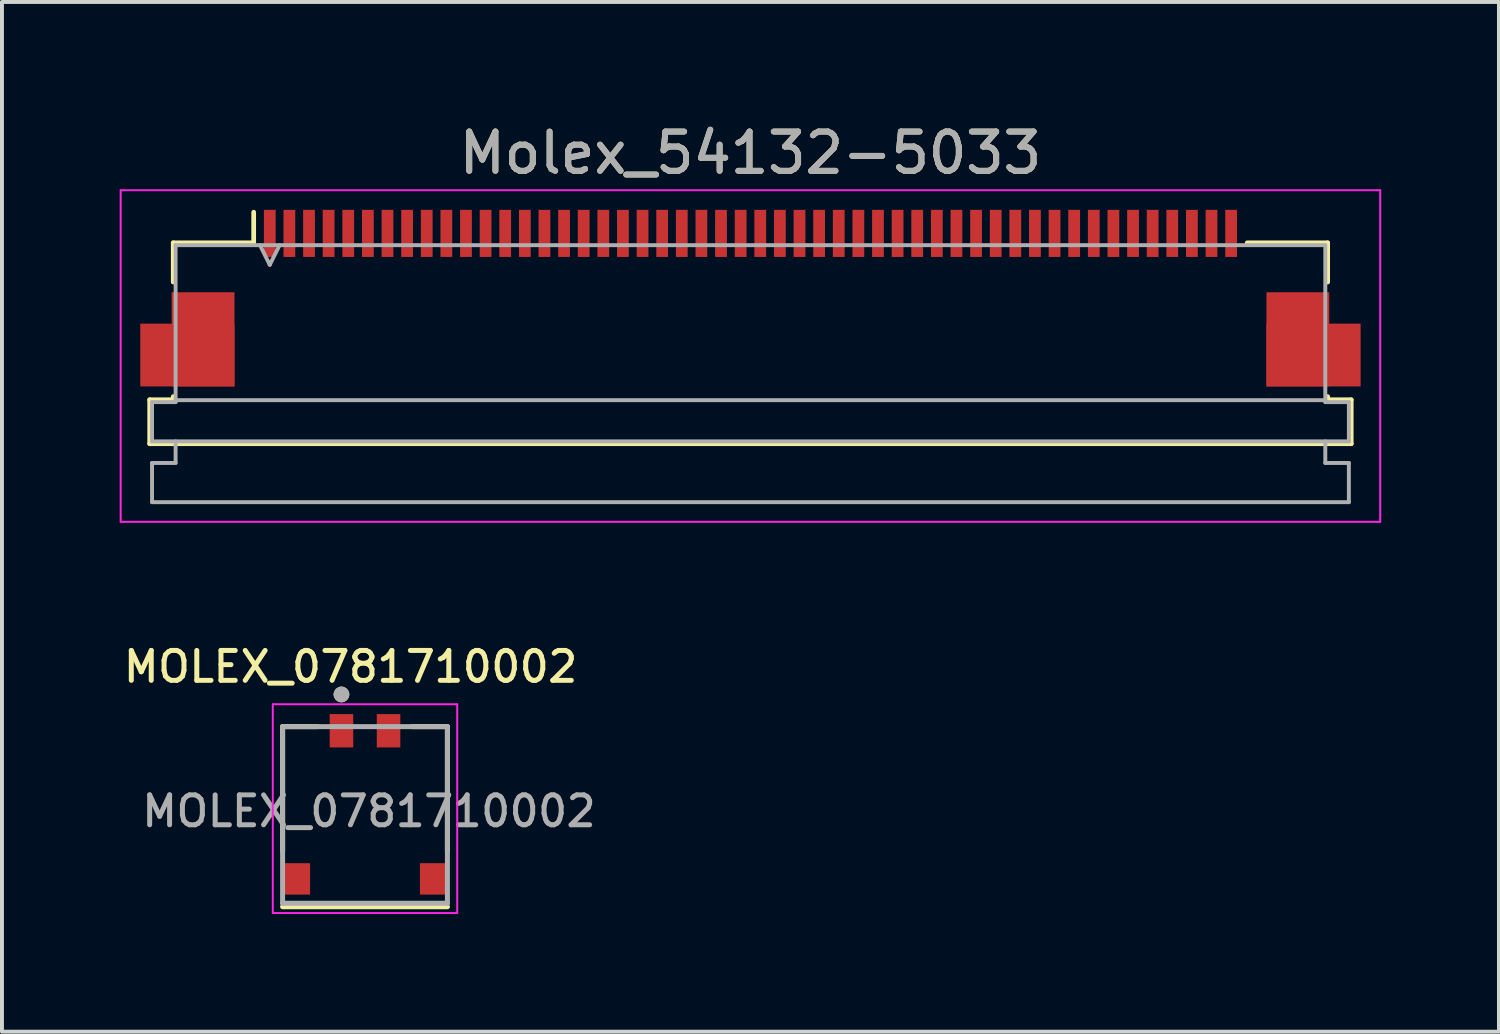
<source format=kicad_pcb>
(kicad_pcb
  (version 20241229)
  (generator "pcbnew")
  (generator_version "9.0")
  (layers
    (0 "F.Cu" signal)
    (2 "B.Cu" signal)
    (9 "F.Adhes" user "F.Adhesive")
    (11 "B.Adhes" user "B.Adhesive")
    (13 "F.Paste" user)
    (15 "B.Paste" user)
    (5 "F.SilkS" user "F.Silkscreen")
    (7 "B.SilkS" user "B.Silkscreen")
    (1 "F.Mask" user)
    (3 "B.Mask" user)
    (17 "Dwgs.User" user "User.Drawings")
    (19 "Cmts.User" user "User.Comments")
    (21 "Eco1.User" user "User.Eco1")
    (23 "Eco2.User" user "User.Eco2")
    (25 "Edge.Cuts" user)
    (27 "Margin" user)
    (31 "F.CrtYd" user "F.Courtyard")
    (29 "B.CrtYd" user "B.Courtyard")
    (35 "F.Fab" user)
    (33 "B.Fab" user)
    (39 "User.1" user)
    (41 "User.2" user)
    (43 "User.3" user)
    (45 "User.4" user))
  (footprint "Molex_54132-5033"
    (layer "F.Cu")
    (at 16.075 4.548)
    (property "Reference" "Molex_54132-5033" (at 0 -3.7 0) (layer "F.SilkS") (effects (font (size 1 1) (thickness 0.15))))
    (attr smd)
    (fp_line (start -15.31 2.59) (end -15.31 3.71) (stroke (width 0.12) (type solid)) (layer "F.SilkS"))
    (fp_line (start -15.31 2.59) (end -14.71 2.59) (stroke (width 0.12) (type solid)) (layer "F.SilkS"))
    (fp_line (start -14.71 -1.41) (end -14.71 -0.41) (stroke (width 0.12) (type solid)) (layer "F.SilkS"))
    (fp_line (start -14.71 2.59) (end -14.71 2.51) (stroke (width 0.12) (type solid)) (layer "F.SilkS"))
    (fp_line (start -12.66 -1.41) (end -14.71 -1.41) (stroke (width 0.12) (type solid)) (layer "F.SilkS"))
    (fp_line (start -12.66 -1.41) (end -12.66 -2.19) (stroke (width 0.12) (type solid)) (layer "F.SilkS"))
    (fp_line (start 14.71 -1.41) (end 12.66 -1.41) (stroke (width 0.12) (type solid)) (layer "F.SilkS"))
    (fp_line (start 14.71 -1.41) (end 14.71 -0.41) (stroke (width 0.12) (type solid)) (layer "F.SilkS"))
    (fp_line (start 14.71 2.59) (end 14.71 2.51) (stroke (width 0.12) (type solid)) (layer "F.SilkS"))
    (fp_line (start 14.71 2.59) (end 15.31 2.59) (stroke (width 0.12) (type solid)) (layer "F.SilkS"))
    (fp_line (start 15.31 2.59) (end 15.31 3.71) (stroke (width 0.12) (type solid)) (layer "F.SilkS"))
    (fp_line (start 15.31 3.71) (end -15.31 3.71) (stroke (width 0.12) (type solid)) (layer "F.SilkS"))
    (fp_line (start -16.05 -2.75) (end -16.05 5.7) (stroke (width 0.05) (type solid)) (layer "F.CrtYd"))
    (fp_line (start -16.05 -2.75) (end 16.05 -2.75) (stroke (width 0.05) (type solid)) (layer "F.CrtYd"))
    (fp_line (start 16.05 5.7) (end -16.05 5.7) (stroke (width 0.05) (type solid)) (layer "F.CrtYd"))
    (fp_line (start 16.05 5.7) (end 16.05 -2.75) (stroke (width 0.05) (type solid)) (layer "F.CrtYd"))
    (fp_line (start -15.25 2.65) (end -15.25 3.65) (stroke (width 0.1) (type solid)) (layer "F.Fab"))
    (fp_line (start -15.25 2.65) (end -14.65 2.65) (stroke (width 0.1) (type solid)) (layer "F.Fab"))
    (fp_line (start -15.25 3.65) (end 15.25 3.65) (stroke (width 0.1) (type solid)) (layer "F.Fab"))
    (fp_line (start -15.25 4.2) (end -15.25 5.2) (stroke (width 0.1) (type solid)) (layer "F.Fab"))
    (fp_line (start -15.25 4.2) (end -14.65 4.2) (stroke (width 0.1) (type solid)) (layer "F.Fab"))
    (fp_line (start -15.25 5.2) (end 15.25 5.2) (stroke (width 0.1) (type solid)) (layer "F.Fab"))
    (fp_line (start -14.65 -1.35) (end -14.65 2.6) (stroke (width 0.1) (type solid)) (layer "F.Fab"))
    (fp_line (start -14.65 -1.35) (end 14.65 -1.35) (stroke (width 0.1) (type solid)) (layer "F.Fab"))
    (fp_line (start -14.65 2.6) (end -14.65 2.65) (stroke (width 0.1) (type solid)) (layer "F.Fab"))
    (fp_line (start -14.65 2.6) (end 14.65 2.6) (stroke (width 0.1) (type solid)) (layer "F.Fab"))
    (fp_line (start -14.65 3.65) (end -14.65 4.2) (stroke (width 0.1) (type solid)) (layer "F.Fab"))
    (fp_line (start -12.5 -1.35) (end -12.25 -0.85) (stroke (width 0.1) (type solid)) (layer "F.Fab"))
    (fp_line (start -12.25 -0.85) (end -12 -1.35) (stroke (width 0.1) (type solid)) (layer "F.Fab"))
    (fp_line (start 14.65 -1.35) (end 14.65 2.6) (stroke (width 0.1) (type solid)) (layer "F.Fab"))
    (fp_line (start 14.65 2.6) (end 14.65 2.65) (stroke (width 0.1) (type solid)) (layer "F.Fab"))
    (fp_line (start 14.65 2.65) (end 15.25 2.65) (stroke (width 0.1) (type solid)) (layer "F.Fab"))
    (fp_line (start 14.65 3.65) (end 14.65 4.2) (stroke (width 0.1) (type solid)) (layer "F.Fab"))
    (fp_line (start 14.65 4.2) (end 15.25 4.2) (stroke (width 0.1) (type solid)) (layer "F.Fab"))
    (fp_line (start 15.25 2.65) (end 15.25 3.65) (stroke (width 0.1) (type solid)) (layer "F.Fab"))
    (fp_line (start 15.25 4.2) (end 15.25 5.2) (stroke (width 0.1) (type solid)) (layer "F.Fab"))
    (fp_text user "${REFERENCE}" (at 0 -3.7 0) (layer "F.Fab") (effects (font (size 1 1) (thickness 0.15))))
    (pad "1" smd rect (at -12.25 -1.65) (size 0.3 1.2) (layers "F.Cu" "F.Mask" "F.Paste"))
    (pad "2" smd rect (at -11.75 -1.65) (size 0.3 1.2) (layers "F.Cu" "F.Mask" "F.Paste"))
    (pad "3" smd rect (at -11.25 -1.65) (size 0.3 1.2) (layers "F.Cu" "F.Mask" "F.Paste"))
    (pad "4" smd rect (at -10.75 -1.65) (size 0.3 1.2) (layers "F.Cu" "F.Mask" "F.Paste"))
    (pad "5" smd rect (at -10.25 -1.65) (size 0.3 1.2) (layers "F.Cu" "F.Mask" "F.Paste"))
    (pad "6" smd rect (at -9.75 -1.65) (size 0.3 1.2) (layers "F.Cu" "F.Mask" "F.Paste"))
    (pad "7" smd rect (at -9.25 -1.65) (size 0.3 1.2) (layers "F.Cu" "F.Mask" "F.Paste"))
    (pad "8" smd rect (at -8.75 -1.65) (size 0.3 1.2) (layers "F.Cu" "F.Mask" "F.Paste"))
    (pad "9" smd rect (at -8.25 -1.65) (size 0.3 1.2) (layers "F.Cu" "F.Mask" "F.Paste"))
    (pad "10" smd rect (at -7.75 -1.65) (size 0.3 1.2) (layers "F.Cu" "F.Mask" "F.Paste"))
    (pad "11" smd rect (at -7.25 -1.65) (size 0.3 1.2) (layers "F.Cu" "F.Mask" "F.Paste"))
    (pad "12" smd rect (at -6.75 -1.65) (size 0.3 1.2) (layers "F.Cu" "F.Mask" "F.Paste"))
    (pad "13" smd rect (at -6.25 -1.65) (size 0.3 1.2) (layers "F.Cu" "F.Mask" "F.Paste"))
    (pad "14" smd rect (at -5.75 -1.65) (size 0.3 1.2) (layers "F.Cu" "F.Mask" "F.Paste"))
    (pad "15" smd rect (at -5.25 -1.65) (size 0.3 1.2) (layers "F.Cu" "F.Mask" "F.Paste"))
    (pad "16" smd rect (at -4.75 -1.65) (size 0.3 1.2) (layers "F.Cu" "F.Mask" "F.Paste"))
    (pad "17" smd rect (at -4.25 -1.65) (size 0.3 1.2) (layers "F.Cu" "F.Mask" "F.Paste"))
    (pad "18" smd rect (at -3.75 -1.65) (size 0.3 1.2) (layers "F.Cu" "F.Mask" "F.Paste"))
    (pad "19" smd rect (at -3.25 -1.65) (size 0.3 1.2) (layers "F.Cu" "F.Mask" "F.Paste"))
    (pad "20" smd rect (at -2.75 -1.65) (size 0.3 1.2) (layers "F.Cu" "F.Mask" "F.Paste"))
    (pad "21" smd rect (at -2.25 -1.65) (size 0.3 1.2) (layers "F.Cu" "F.Mask" "F.Paste"))
    (pad "22" smd rect (at -1.75 -1.65) (size 0.3 1.2) (layers "F.Cu" "F.Mask" "F.Paste"))
    (pad "23" smd rect (at -1.25 -1.65) (size 0.3 1.2) (layers "F.Cu" "F.Mask" "F.Paste"))
    (pad "24" smd rect (at -0.75 -1.65) (size 0.3 1.2) (layers "F.Cu" "F.Mask" "F.Paste"))
    (pad "25" smd rect (at -0.25 -1.65) (size 0.3 1.2) (layers "F.Cu" "F.Mask" "F.Paste"))
    (pad "26" smd rect (at 0.25 -1.65) (size 0.3 1.2) (layers "F.Cu" "F.Mask" "F.Paste"))
    (pad "27" smd rect (at 0.75 -1.65) (size 0.3 1.2) (layers "F.Cu" "F.Mask" "F.Paste"))
    (pad "28" smd rect (at 1.25 -1.65) (size 0.3 1.2) (layers "F.Cu" "F.Mask" "F.Paste"))
    (pad "29" smd rect (at 1.75 -1.65) (size 0.3 1.2) (layers "F.Cu" "F.Mask" "F.Paste"))
    (pad "30" smd rect (at 2.25 -1.65) (size 0.3 1.2) (layers "F.Cu" "F.Mask" "F.Paste"))
    (pad "31" smd rect (at 2.75 -1.65) (size 0.3 1.2) (layers "F.Cu" "F.Mask" "F.Paste"))
    (pad "32" smd rect (at 3.25 -1.65) (size 0.3 1.2) (layers "F.Cu" "F.Mask" "F.Paste"))
    (pad "33" smd rect (at 3.75 -1.65) (size 0.3 1.2) (layers "F.Cu" "F.Mask" "F.Paste"))
    (pad "34" smd rect (at 4.25 -1.65) (size 0.3 1.2) (layers "F.Cu" "F.Mask" "F.Paste"))
    (pad "35" smd rect (at 4.75 -1.65) (size 0.3 1.2) (layers "F.Cu" "F.Mask" "F.Paste"))
    (pad "36" smd rect (at 5.25 -1.65) (size 0.3 1.2) (layers "F.Cu" "F.Mask" "F.Paste"))
    (pad "37" smd rect (at 5.75 -1.65) (size 0.3 1.2) (layers "F.Cu" "F.Mask" "F.Paste"))
    (pad "38" smd rect (at 6.25 -1.65) (size 0.3 1.2) (layers "F.Cu" "F.Mask" "F.Paste"))
    (pad "39" smd rect (at 6.75 -1.65) (size 0.3 1.2) (layers "F.Cu" "F.Mask" "F.Paste"))
    (pad "40" smd rect (at 7.25 -1.65) (size 0.3 1.2) (layers "F.Cu" "F.Mask" "F.Paste"))
    (pad "41" smd rect (at 7.75 -1.65) (size 0.3 1.2) (layers "F.Cu" "F.Mask" "F.Paste"))
    (pad "42" smd rect (at 8.25 -1.65) (size 0.3 1.2) (layers "F.Cu" "F.Mask" "F.Paste"))
    (pad "43" smd rect (at 8.75 -1.65) (size 0.3 1.2) (layers "F.Cu" "F.Mask" "F.Paste"))
    (pad "44" smd rect (at 9.25 -1.65) (size 0.3 1.2) (layers "F.Cu" "F.Mask" "F.Paste"))
    (pad "45" smd rect (at 9.75 -1.65) (size 0.3 1.2) (layers "F.Cu" "F.Mask" "F.Paste"))
    (pad "46" smd rect (at 10.25 -1.65) (size 0.3 1.2) (layers "F.Cu" "F.Mask" "F.Paste"))
    (pad "47" smd rect (at 10.75 -1.65) (size 0.3 1.2) (layers "F.Cu" "F.Mask" "F.Paste"))
    (pad "48" smd rect (at 11.25 -1.65) (size 0.3 1.2) (layers "F.Cu" "F.Mask" "F.Paste"))
    (pad "49" smd rect (at 11.75 -1.65) (size 0.3 1.2) (layers "F.Cu" "F.Mask" "F.Paste"))
    (pad "50" smd rect (at 12.25 -1.65) (size 0.3 1.2) (layers "F.Cu" "F.Mask" "F.Paste"))
    (pad "MP" smd rect (at -14.35 1.45) (size 2.4 1.6) (layers "F.Cu" "F.Mask" "F.Paste"))
    (pad "MP" smd rect (at -13.95 1.05) (size 1.6 2.4) (layers "F.Cu" "F.Mask" "F.Paste"))
    (pad "MP" smd rect (at 13.95 1.05) (size 1.6 2.4) (layers "F.Cu" "F.Mask" "F.Paste"))
    (pad "MP" smd rect (at 14.35 1.45) (size 2.4 1.6) (layers "F.Cu" "F.Mask" "F.Paste")))
  (footprint "MOLEX_0781710002"
    (layer "F.Cu")
    (at 6.252 19.348)
    (property "Reference" "MOLEX_0781710002" (at -0.368 -5.406 0) (layer "F.SilkS") (effects (font (size 0.762 0.762) (thickness 0.127))))
    (attr through_hole)
    (fp_line (start -2.1 -3.88) (end -2.1 -0.71) (stroke (width 0.127) (type solid)) (layer "F.SilkS"))
    (fp_line (start -2.1 0.71) (end 2.1 0.71) (stroke (width 0.127) (type solid)) (layer "F.SilkS"))
    (fp_line (start -1.21 -3.88) (end -2.1 -3.88) (stroke (width 0.127) (type solid)) (layer "F.SilkS"))
    (fp_line (start 1.21 -3.88) (end 2.1 -3.88) (stroke (width 0.127) (type solid)) (layer "F.SilkS"))
    (fp_line (start 2.1 -3.88) (end 2.1 -0.71) (stroke (width 0.127) (type solid)) (layer "F.SilkS"))
    (fp_circle (center -0.6 -4.7) (end -0.5 -4.7) (stroke (width 0.2) (type solid)) (fill no) (layer "F.SilkS"))
    (fp_line (start -2.35 -4.45) (end 2.35 -4.45) (stroke (width 0.05) (type solid)) (layer "F.CrtYd"))
    (fp_line (start -2.35 0.87) (end -2.35 -4.45) (stroke (width 0.05) (type solid)) (layer "F.CrtYd"))
    (fp_line (start 2.35 -4.45) (end 2.35 0.87) (stroke (width 0.05) (type solid)) (layer "F.CrtYd"))
    (fp_line (start 2.35 0.87) (end -2.35 0.87) (stroke (width 0.05) (type solid)) (layer "F.CrtYd"))
    (fp_line (start -2.1 -3.88) (end 2.1 -3.88) (stroke (width 0.127) (type solid)) (layer "F.Fab"))
    (fp_line (start -2.1 0.62) (end -2.1 -3.88) (stroke (width 0.127) (type solid)) (layer "F.Fab"))
    (fp_line (start 2.1 -3.88) (end 2.1 0.62) (stroke (width 0.127) (type solid)) (layer "F.Fab"))
    (fp_line (start 2.1 0.62) (end -2.1 0.62) (stroke (width 0.127) (type solid)) (layer "F.Fab"))
    (fp_circle (center -0.6 -4.7) (end -0.5 -4.7) (stroke (width 0.2) (type solid)) (fill no) (layer "F.Fab"))
    (fp_text user "${REFERENCE}" (at 0.1 -1.725 0) (layer "F.Fab") (effects (font (size 0.762 0.762) (thickness 0.127))))
    (pad "1" smd rect (at -0.6 -3.775 90) (size 0.85 0.6) (layers "F.Cu" "F.Mask" "F.Paste"))
    (pad "2" smd rect (at 0.6 -3.775 90) (size 0.85 0.6) (layers "F.Cu" "F.Mask" "F.Paste"))
    (pad "S1" smd rect (at -1.75 0 90) (size 0.8 0.7) (layers "F.Cu" "F.Mask" "F.Paste"))
    (pad "S2" smd rect (at 1.75 0 90) (size 0.8 0.7) (layers "F.Cu" "F.Mask" "F.Paste")))
  (gr_rect
    (start -3 -3)
    (end 35.15 23.243)
    (stroke (width 0.1) (type default))
    (fill no)
    (layer "Edge.Cuts")))
</source>
